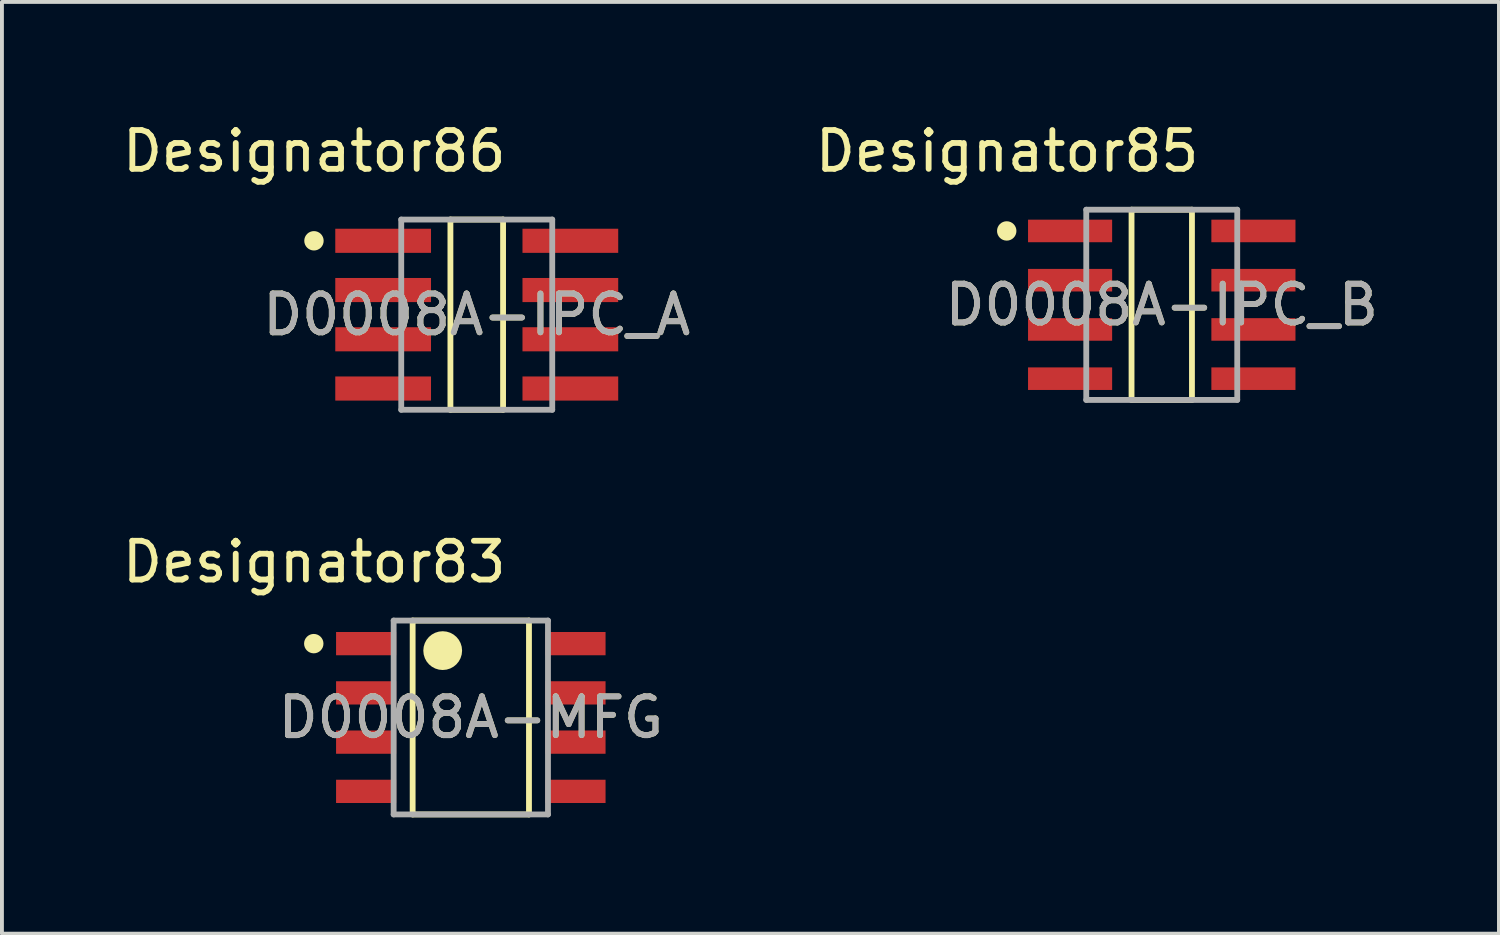
<source format=kicad_pcb>
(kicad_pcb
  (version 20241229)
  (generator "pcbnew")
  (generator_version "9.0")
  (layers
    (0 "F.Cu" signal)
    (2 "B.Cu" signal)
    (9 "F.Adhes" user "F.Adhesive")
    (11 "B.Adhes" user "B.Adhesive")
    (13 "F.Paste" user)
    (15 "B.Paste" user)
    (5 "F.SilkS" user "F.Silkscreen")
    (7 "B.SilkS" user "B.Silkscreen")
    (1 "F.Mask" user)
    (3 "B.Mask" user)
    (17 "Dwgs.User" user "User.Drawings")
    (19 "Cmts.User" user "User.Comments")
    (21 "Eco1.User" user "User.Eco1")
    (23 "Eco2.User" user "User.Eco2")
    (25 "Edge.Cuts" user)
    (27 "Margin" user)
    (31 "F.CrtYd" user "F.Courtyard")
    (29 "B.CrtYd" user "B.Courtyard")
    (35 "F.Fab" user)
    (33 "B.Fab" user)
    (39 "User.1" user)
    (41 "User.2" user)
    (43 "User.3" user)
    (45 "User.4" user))
  (footprint "D0008A-MFG"
    (layer "F.Cu")
    (at 9.092 15.454)
    (property "Reference" "D0008A-MFG" (at 0 0 0) (unlocked yes) (layer "F.SilkS") (effects (font (size 1 1) (thickness 0.15))))
    (attr smd)
    (fp_line (start -1.5 -2.5) (end 1.5 -2.5) (stroke (width 0.15) (type solid)) (layer "F.SilkS"))
    (fp_line (start -1.5 2.5) (end -1.5 -2.5) (stroke (width 0.15) (type solid)) (layer "F.SilkS"))
    (fp_line (start -1.5 2.5) (end 1.5 2.5) (stroke (width 0.15) (type solid)) (layer "F.SilkS"))
    (fp_line (start 1.5 2.5) (end 1.5 -2.5) (stroke (width 0.15) (type solid)) (layer "F.SilkS"))
    (fp_circle (center -4.05 -1.905) (end -3.925 -1.905) (stroke (width 0.25) (type solid)) (fill no) (layer "F.SilkS"))
    (fp_circle (center -0.725 -1.725) (end -0.475 -1.725) (stroke (width 0.5) (type solid)) (fill no) (layer "F.SilkS"))
    (fp_line (start -1.99 -2.5) (end 1.99 -2.5) (stroke (width 0.15) (type solid)) (layer "F.Fab"))
    (fp_line (start -1.99 2.5) (end -1.99 -2.5) (stroke (width 0.15) (type solid)) (layer "F.Fab"))
    (fp_line (start -1.99 2.5) (end 1.99 2.5) (stroke (width 0.15) (type solid)) (layer "F.Fab"))
    (fp_line (start 1.99 2.5) (end 1.99 -2.5) (stroke (width 0.15) (type solid)) (layer "F.Fab"))
    (fp_text user "Designator83" (at -4.039 -4.013 0) (unlocked yes) (layer "F.SilkS") (effects (font (size 1 1) (thickness 0.15))))
    (fp_text user "${REFERENCE}" (at 0 0 0) (unlocked yes) (layer "F.Fab") (effects (font (size 1 1) (thickness 0.15))))
    (pad "1" smd rect (at -2.7 -1.905) (size 1.55 0.6) (layers "F.Cu" "F.Mask" "F.Paste"))
    (pad "2" smd rect (at -2.7 -0.635) (size 1.55 0.6) (layers "F.Cu" "F.Mask" "F.Paste"))
    (pad "3" smd rect (at -2.7 0.635) (size 1.55 0.6) (layers "F.Cu" "F.Mask" "F.Paste"))
    (pad "4" smd rect (at -2.7 1.905) (size 1.55 0.6) (layers "F.Cu" "F.Mask" "F.Paste"))
    (pad "5" smd rect (at 2.7 1.905) (size 1.55 0.6) (layers "F.Cu" "F.Mask" "F.Paste"))
    (pad "6" smd rect (at 2.7 0.635) (size 1.55 0.6) (layers "F.Cu" "F.Mask" "F.Paste"))
    (pad "7" smd rect (at 2.7 -0.635) (size 1.55 0.6) (layers "F.Cu" "F.Mask" "F.Paste"))
    (pad "8" smd rect (at 2.7 -1.905) (size 1.55 0.6) (layers "F.Cu" "F.Mask" "F.Paste")))
  (footprint "D0008A-IPC_A"
    (layer "F.Cu")
    (at 9.245 5.065)
    (property "Reference" "D0008A-IPC_A" (at 0 0 0) (unlocked yes) (layer "F.SilkS") (effects (font (size 1 1) (thickness 0.15))))
    (attr smd)
    (fp_line (start -0.679 -2.453) (end 0.679 -2.453) (stroke (width 0.15) (type solid)) (layer "F.SilkS"))
    (fp_line (start -0.679 2.453) (end -0.679 -2.453) (stroke (width 0.15) (type solid)) (layer "F.SilkS"))
    (fp_line (start -0.679 2.453) (end 0.679 2.453) (stroke (width 0.15) (type solid)) (layer "F.SilkS"))
    (fp_line (start 0.679 2.453) (end 0.679 -2.453) (stroke (width 0.15) (type solid)) (layer "F.SilkS"))
    (fp_circle (center -4.198 -1.905) (end -4.073 -1.905) (stroke (width 0.25) (type solid)) (fill no) (layer "F.SilkS"))
    (fp_line (start -1.947 -2.453) (end 1.947 -2.453) (stroke (width 0.15) (type solid)) (layer "F.Fab"))
    (fp_line (start -1.947 2.453) (end -1.947 -2.453) (stroke (width 0.15) (type solid)) (layer "F.Fab"))
    (fp_line (start -1.947 2.453) (end 1.947 2.453) (stroke (width 0.15) (type solid)) (layer "F.Fab"))
    (fp_line (start 1.947 2.453) (end 1.947 -2.453) (stroke (width 0.15) (type solid)) (layer "F.Fab"))
    (fp_text user "Designator86" (at -4.191 -4.216 0) (unlocked yes) (layer "F.SilkS") (effects (font (size 1 1) (thickness 0.15))))
    (fp_text user "${REFERENCE}" (at 0 0 0) (unlocked yes) (layer "F.Fab") (effects (font (size 1 1) (thickness 0.15))))
    (pad "1" smd rect (at -2.414 -1.905) (size 2.469 0.622) (layers "F.Cu" "F.Mask" "F.Paste"))
    (pad "2" smd rect (at -2.414 -0.635) (size 2.469 0.622) (layers "F.Cu" "F.Mask" "F.Paste"))
    (pad "3" smd rect (at -2.414 0.635) (size 2.469 0.622) (layers "F.Cu" "F.Mask" "F.Paste"))
    (pad "4" smd rect (at -2.414 1.905) (size 2.469 0.622) (layers "F.Cu" "F.Mask" "F.Paste"))
    (pad "5" smd rect (at 2.414 1.905) (size 2.469 0.622) (layers "F.Cu" "F.Mask" "F.Paste"))
    (pad "6" smd rect (at 2.414 0.635) (size 2.469 0.622) (layers "F.Cu" "F.Mask" "F.Paste"))
    (pad "7" smd rect (at 2.414 -0.635) (size 2.469 0.622) (layers "F.Cu" "F.Mask" "F.Paste"))
    (pad "8" smd rect (at 2.414 -1.905) (size 2.469 0.622) (layers "F.Cu" "F.Mask" "F.Paste")))
  (footprint "D0008A-IPC_B"
    (layer "F.Cu")
    (at 26.911 4.811)
    (property "Reference" "D0008A-IPC_B" (at 0 0 0) (unlocked yes) (layer "F.SilkS") (effects (font (size 1 1) (thickness 0.15))))
    (attr smd)
    (fp_line (start -0.779 -2.453) (end 0.779 -2.453) (stroke (width 0.15) (type solid)) (layer "F.SilkS"))
    (fp_line (start -0.779 2.453) (end -0.779 -2.453) (stroke (width 0.15) (type solid)) (layer "F.SilkS"))
    (fp_line (start -0.779 2.453) (end 0.779 2.453) (stroke (width 0.15) (type solid)) (layer "F.SilkS"))
    (fp_line (start 0.779 2.453) (end 0.779 -2.453) (stroke (width 0.15) (type solid)) (layer "F.SilkS"))
    (fp_circle (center -3.998 -1.905) (end -3.873 -1.905) (stroke (width 0.25) (type solid)) (fill no) (layer "F.SilkS"))
    (fp_line (start -1.947 -2.453) (end 1.947 -2.453) (stroke (width 0.15) (type solid)) (layer "F.Fab"))
    (fp_line (start -1.947 2.453) (end -1.947 -2.453) (stroke (width 0.15) (type solid)) (layer "F.Fab"))
    (fp_line (start -1.947 2.453) (end 1.947 2.453) (stroke (width 0.15) (type solid)) (layer "F.Fab"))
    (fp_line (start 1.947 2.453) (end 1.947 -2.453) (stroke (width 0.15) (type solid)) (layer "F.Fab"))
    (fp_text user "Designator85" (at -3.988 -3.962 0) (unlocked yes) (layer "F.SilkS") (effects (font (size 1 1) (thickness 0.15))))
    (fp_text user "${REFERENCE}" (at 0 0 0) (unlocked yes) (layer "F.Fab") (effects (font (size 1 1) (thickness 0.15))))
    (pad "1" smd rect (at -2.364 -1.905) (size 2.169 0.582) (layers "F.Cu" "F.Mask" "F.Paste"))
    (pad "2" smd rect (at -2.364 -0.635) (size 2.169 0.582) (layers "F.Cu" "F.Mask" "F.Paste"))
    (pad "3" smd rect (at -2.364 0.635) (size 2.169 0.582) (layers "F.Cu" "F.Mask" "F.Paste"))
    (pad "4" smd rect (at -2.364 1.905) (size 2.169 0.582) (layers "F.Cu" "F.Mask" "F.Paste"))
    (pad "5" smd rect (at 2.364 1.905) (size 2.169 0.582) (layers "F.Cu" "F.Mask" "F.Paste"))
    (pad "6" smd rect (at 2.364 0.635) (size 2.169 0.582) (layers "F.Cu" "F.Mask" "F.Paste"))
    (pad "7" smd rect (at 2.364 -0.635) (size 2.169 0.582) (layers "F.Cu" "F.Mask" "F.Paste"))
    (pad "8" smd rect (at 2.364 -1.905) (size 2.169 0.582) (layers "F.Cu" "F.Mask" "F.Paste")))
  (gr_rect
    (start -3 -3)
    (end 35.607 21.029)
    (stroke (width 0.1) (type default))
    (fill no)
    (layer "Edge.Cuts")))
</source>
